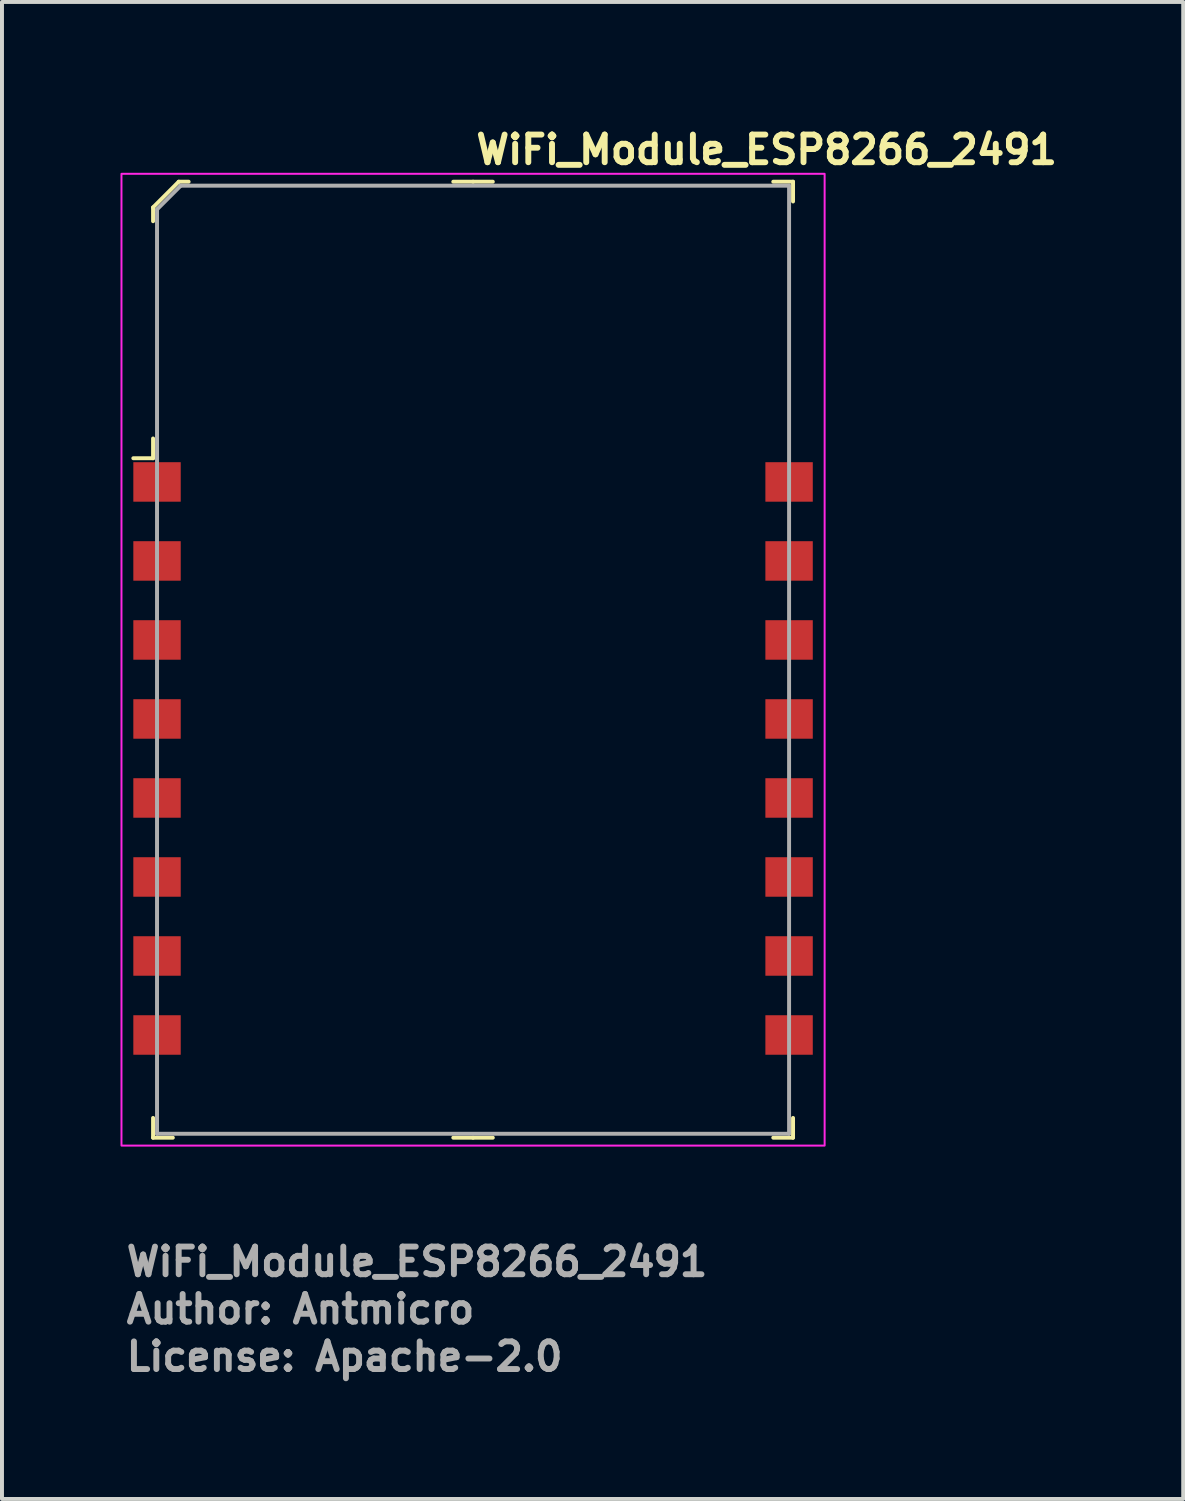
<source format=kicad_pcb>
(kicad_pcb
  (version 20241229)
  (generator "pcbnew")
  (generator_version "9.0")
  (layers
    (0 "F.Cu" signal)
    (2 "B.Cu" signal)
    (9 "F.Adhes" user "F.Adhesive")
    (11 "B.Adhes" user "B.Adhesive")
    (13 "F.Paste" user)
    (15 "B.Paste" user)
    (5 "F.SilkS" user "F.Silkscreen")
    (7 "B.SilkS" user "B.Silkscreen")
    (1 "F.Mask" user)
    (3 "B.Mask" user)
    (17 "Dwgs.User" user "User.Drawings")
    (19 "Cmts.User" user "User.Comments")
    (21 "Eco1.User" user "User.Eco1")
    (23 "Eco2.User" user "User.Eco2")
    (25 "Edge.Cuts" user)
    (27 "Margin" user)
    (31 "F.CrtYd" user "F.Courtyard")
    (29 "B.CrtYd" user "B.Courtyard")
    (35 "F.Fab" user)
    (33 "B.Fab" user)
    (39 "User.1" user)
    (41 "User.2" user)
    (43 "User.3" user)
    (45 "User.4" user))
  (footprint "WiFi_Module_ESP8266_2491"
    (layer "F.Cu")
    (at 8.925 16.15)
    (property "Reference" "WiFi_Module_ESP8266_2491" (at 0 -15 0) (layer "F.SilkS") (effects (font (size 0.7 0.7) (thickness 0.15)) (justify left bottom)))
    (attr smd)
    (fp_line (start -8.1 -13.95) (end -8.1 -13.6) (stroke (width 0.1) (type solid)) (layer "F.SilkS"))
    (fp_line (start -8.1 -7.6) (end -8.6 -7.6) (stroke (width 0.1) (type solid)) (layer "F.SilkS"))
    (fp_line (start -8.1 -7.6) (end -8.1 -8.1) (stroke (width 0.1) (type solid)) (layer "F.SilkS"))
    (fp_line (start -8.1 9.6) (end -8.1 9.1) (stroke (width 0.1) (type solid)) (layer "F.SilkS"))
    (fp_line (start -8.1 9.6) (end -7.6 9.6) (stroke (width 0.1) (type solid)) (layer "F.SilkS"))
    (fp_line (start -7.45 -14.6) (end -8.1 -13.95) (stroke (width 0.1) (type solid)) (layer "F.SilkS"))
    (fp_line (start -7.2 -14.6) (end -7.45 -14.6) (stroke (width 0.1) (type solid)) (layer "F.SilkS"))
    (fp_line (start 0 -14.6) (end -0.5 -14.6) (stroke (width 0.1) (type solid)) (layer "F.SilkS"))
    (fp_line (start 0 -14.6) (end 0.5 -14.6) (stroke (width 0.1) (type solid)) (layer "F.SilkS"))
    (fp_line (start 0 9.6) (end -0.5 9.6) (stroke (width 0.1) (type solid)) (layer "F.SilkS"))
    (fp_line (start 0 9.6) (end 0.5 9.6) (stroke (width 0.1) (type solid)) (layer "F.SilkS"))
    (fp_line (start 8.1 -14.6) (end 7.6 -14.6) (stroke (width 0.1) (type solid)) (layer "F.SilkS"))
    (fp_line (start 8.1 -14.6) (end 8.1 -14.1) (stroke (width 0.1) (type solid)) (layer "F.SilkS"))
    (fp_line (start 8.1 9.6) (end 7.6 9.6) (stroke (width 0.1) (type solid)) (layer "F.SilkS"))
    (fp_line (start 8.1 9.6) (end 8.1 9.1) (stroke (width 0.1) (type solid)) (layer "F.SilkS"))
    (fp_rect (start -8.9 -14.8) (end 8.9 9.8) (stroke (width 0.05) (type default)) (fill no) (layer "F.CrtYd"))
    (fp_line (start -8 -13.9) (end -8 9.5) (stroke (width 0.1) (type solid)) (layer "F.Fab"))
    (fp_line (start -8 -13.9) (end -7.4 -14.5) (stroke (width 0.1) (type solid)) (layer "F.Fab"))
    (fp_line (start -8 9.5) (end 8 9.5) (stroke (width 0.1) (type solid)) (layer "F.Fab"))
    (fp_line (start -7.4 -14.5) (end 8 -14.5) (stroke (width 0.1) (type solid)) (layer "F.Fab"))
    (fp_line (start 8 9.5) (end 8 -14.5) (stroke (width 0.1) (type solid)) (layer "F.Fab"))
    (fp_rect (start -7.95 -14.5) (end 8 9.5) (stroke (width 0.02) (type default)) (fill no) (layer "User.9"))
    (fp_rect (start -7.1 -8) (end 7 9) (stroke (width 0.02) (type default)) (fill no) (layer "User.9"))
    (fp_text user "Author: Antmicro" (at -8.85 14.35 0) (layer "F.Fab") (effects (font (size 0.7 0.7) (thickness 0.15)) (justify left bottom)))
    (fp_text user "License: Apache-2.0" (at -8.85 15.55 0) (layer "F.Fab") (effects (font (size 0.7 0.7) (thickness 0.15)) (justify left bottom)))
    (fp_text user "${REFERENCE}" (at -8.85 13.15 0) (layer "F.Fab") (effects (font (size 0.7 0.7) (thickness 0.15)) (justify left bottom)))
    (pad "1" smd rect (at -8 -7) (size 1.2 1) (layers "F.Cu" "F.Mask" "F.Paste"))
    (pad "2" smd rect (at -8 -5) (size 1.2 1) (layers "F.Cu" "F.Mask" "F.Paste"))
    (pad "3" smd rect (at -8 -3) (size 1.2 1) (layers "F.Cu" "F.Mask" "F.Paste"))
    (pad "4" smd rect (at -8 -1) (size 1.2 1) (layers "F.Cu" "F.Mask" "F.Paste"))
    (pad "5" smd rect (at -8 1) (size 1.2 1) (layers "F.Cu" "F.Mask" "F.Paste"))
    (pad "6" smd rect (at -8 3) (size 1.2 1) (layers "F.Cu" "F.Mask" "F.Paste"))
    (pad "7" smd rect (at -8 5) (size 1.2 1) (layers "F.Cu" "F.Mask" "F.Paste"))
    (pad "8" smd rect (at -8 7) (size 1.2 1) (layers "F.Cu" "F.Mask" "F.Paste"))
    (pad "9" smd rect (at 8 7) (size 1.2 1) (layers "F.Cu" "F.Mask" "F.Paste"))
    (pad "10" smd rect (at 8 5) (size 1.2 1) (layers "F.Cu" "F.Mask" "F.Paste"))
    (pad "11" smd rect (at 8 3) (size 1.2 1) (layers "F.Cu" "F.Mask" "F.Paste"))
    (pad "12" smd rect (at 8 1) (size 1.2 1) (layers "F.Cu" "F.Mask" "F.Paste"))
    (pad "13" smd rect (at 8 -1) (size 1.2 1) (layers "F.Cu" "F.Mask" "F.Paste"))
    (pad "14" smd rect (at 8 -3) (size 1.2 1) (layers "F.Cu" "F.Mask" "F.Paste"))
    (pad "15" smd rect (at 8 -5) (size 1.2 1) (layers "F.Cu" "F.Mask" "F.Paste"))
    (pad "16" smd rect (at 8 -7) (size 1.2 1) (layers "F.Cu" "F.Mask" "F.Paste")))
  (gr_rect
    (start -3 -3)
    (end 26.902 34.895)
    (stroke (width 0.1) (type default))
    (fill no)
    (layer "Edge.Cuts")))
</source>
